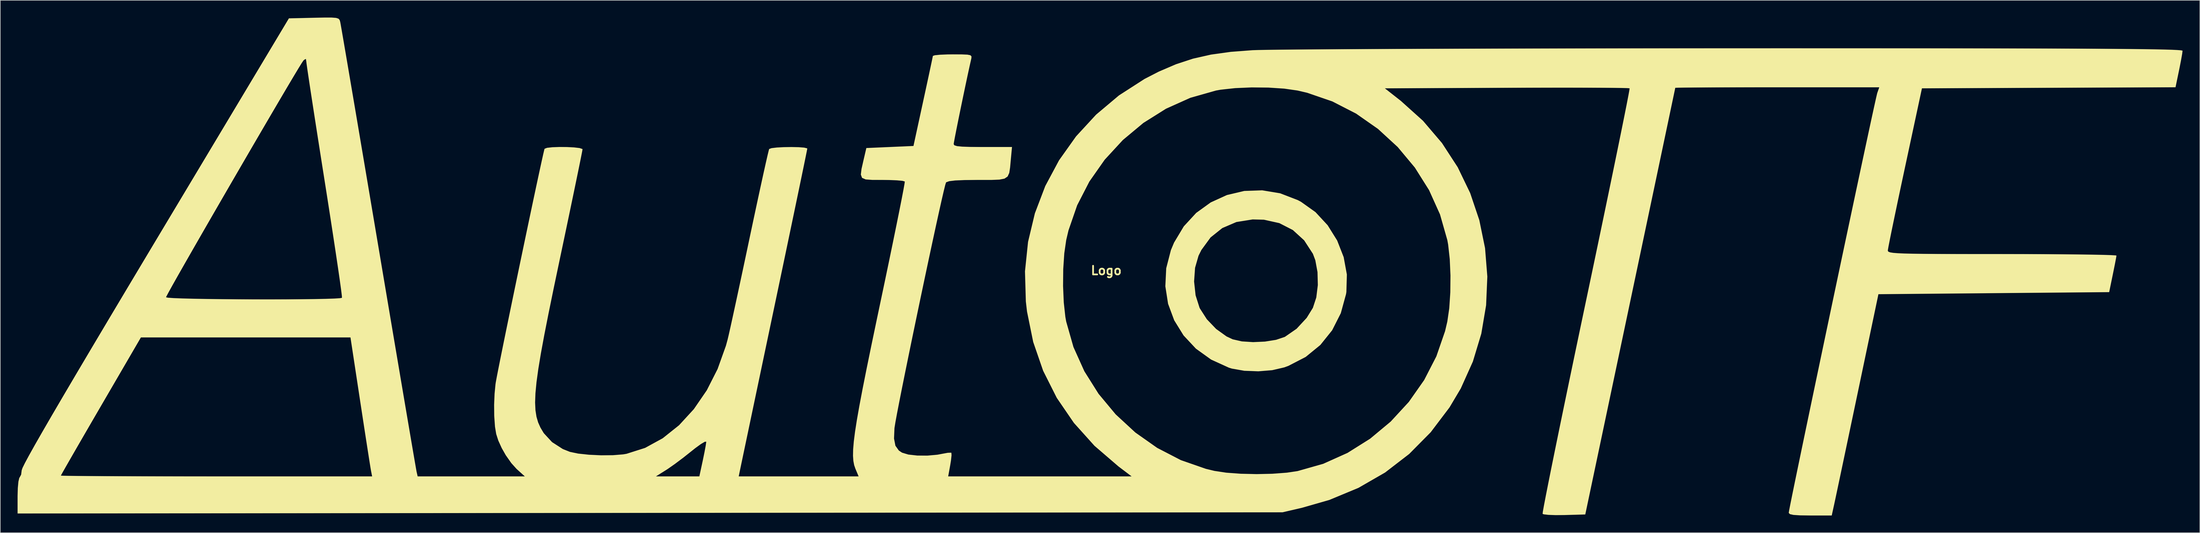
<source format=kicad_pcb>
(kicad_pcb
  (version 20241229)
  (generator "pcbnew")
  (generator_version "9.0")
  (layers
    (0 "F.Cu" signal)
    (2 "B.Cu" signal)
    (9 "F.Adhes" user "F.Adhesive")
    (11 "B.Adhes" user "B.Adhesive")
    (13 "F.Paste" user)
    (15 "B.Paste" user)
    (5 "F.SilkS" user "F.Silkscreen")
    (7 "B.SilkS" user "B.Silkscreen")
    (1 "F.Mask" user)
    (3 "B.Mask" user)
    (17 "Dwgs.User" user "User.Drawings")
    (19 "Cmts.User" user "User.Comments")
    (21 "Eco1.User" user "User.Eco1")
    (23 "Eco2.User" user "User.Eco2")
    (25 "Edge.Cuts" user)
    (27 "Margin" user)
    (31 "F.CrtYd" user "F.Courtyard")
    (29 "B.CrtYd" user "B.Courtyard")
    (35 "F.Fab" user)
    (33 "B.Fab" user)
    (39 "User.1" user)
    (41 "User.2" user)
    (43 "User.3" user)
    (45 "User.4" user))
  (footprint "Logo"
    (layer "F.Cu")
    (at 188.89 43.961)
    (property "Reference" "Logo" (at 0 0 0) (layer "F.SilkS") (effects (font (size 1.5 1.5) (thickness 0.3))))
    (attr board_only exclude_from_pos_files exclude_from_bom)
    (fp_poly (pts (xy 30.17 -13.419) (xy 33.219 -12.243) (xy 33.795 -11.936) (xy 36.305 -10.147) (xy 38.414 -7.868) (xy 40.064 -5.22) (xy 41.195 -2.326) (xy 41.749 0.695) (xy 41.665 3.721) (xy 41.607 4.094) (xy 40.697 7.419) (xy 39.195 10.386) (xy 37.148 12.938) (xy 34.606 15.017) (xy 31.616 16.565) (xy 30.889 16.834) (xy 28.801 17.319) (xy 26.389 17.516) (xy 23.952 17.425) (xy 21.788 17.042) (xy 21.281 16.886) (xy 18.193 15.476) (xy 15.559 13.582) (xy 13.414 11.284) (xy 11.792 8.658) (xy 10.727 5.784) (xy 10.253 2.74) (xy 10.293 1.909) (xy 15.241 1.909) (xy 15.501 4.308) (xy 16.181 6.449) (xy 16.25 6.595) (xy 17.455 8.472) (xy 19.066 10.157) (xy 20.871 11.455) (xy 21.939 11.956) (xy 23.522 12.317) (xy 25.478 12.444) (xy 27.542 12.35) (xy 29.454 12.046) (xy 30.951 11.547) (xy 31.014 11.515) (xy 33.026 10.121) (xy 34.774 8.232) (xy 35.853 6.485) (xy 36.443 4.686) (xy 36.71 2.524) (xy 36.654 0.273) (xy 36.274 -1.792) (xy 35.855 -2.905) (xy 34.336 -5.245) (xy 32.38 -7.031) (xy 30.036 -8.235) (xy 27.35 -8.831) (xy 25.4 -8.878) (xy 22.58 -8.427) (xy 20.137 -7.378) (xy 18.102 -5.751) (xy 16.507 -3.567) (xy 16.011 -2.569) (xy 15.409 -0.475) (xy 15.241 1.909) (xy 10.293 1.909) (xy 10.405 -0.395) (xy 11.217 -3.544) (xy 11.764 -4.853) (xy 13.454 -7.675) (xy 15.607 -10.013) (xy 18.131 -11.837) (xy 20.939 -13.118) (xy 23.941 -13.827) (xy 27.048 -13.937)) (stroke (width 0) (type solid)) (fill yes) (layer "F.SilkS"))
    (fp_poly (pts (xy -134.396 -43.96) (xy -133.63 -43.901) (xy -133.208 -43.764) (xy -133.008 -43.531) (xy -132.911 -43.209) (xy -132.827 -42.752) (xy -132.632 -41.637) (xy -132.335 -39.909) (xy -131.943 -37.615) (xy -131.465 -34.803) (xy -130.907 -31.518) (xy -130.278 -27.807) (xy -129.587 -23.717) (xy -128.84 -19.295) (xy -128.046 -14.587) (xy -127.212 -9.64) (xy -126.347 -4.5) (xy -126.282 -4.114) (xy -125.415 1.038) (xy -124.579 6) (xy -123.782 10.727) (xy -123.031 15.171) (xy -122.336 19.286) (xy -121.703 23.026) (xy -121.14 26.343) (xy -120.656 29.191) (xy -120.258 31.523) (xy -119.954 33.293) (xy -119.752 34.454) (xy -119.661 34.96) (xy -119.659 34.97) (xy -119.474 35.775) (xy -110.178 35.775) (xy -100.882 35.775) (xy -78.129 35.775) (xy -74.363 35.775) (xy -70.598 35.775) (xy -70 32.994) (xy -69.718 31.622) (xy -69.507 30.495) (xy -69.406 29.817) (xy -69.403 29.749) (xy -69.654 29.758) (xy -70.33 30.157) (xy -71.314 30.874) (xy -71.996 31.419) (xy -73.396 32.53) (xy -74.836 33.611) (xy -76.064 34.472) (xy -76.359 34.663) (xy -78.129 35.775) (xy -100.882 35.775) (xy -102.311 34.484) (xy -103.223 33.469) (xy -104.181 32.106) (xy -104.891 30.854) (xy -105.478 29.562) (xy -105.845 28.416) (xy -106.057 27.141) (xy -106.176 25.462) (xy -106.189 25.195) (xy -106.208 23.347) (xy -106.129 21.416) (xy -105.969 19.756) (xy -105.92 19.435) (xy -105.748 18.5) (xy -105.457 17.006) (xy -105.062 15.026) (xy -104.579 12.639) (xy -104.024 9.918) (xy -103.412 6.942) (xy -102.76 3.785) (xy -102.084 0.523) (xy -101.398 -2.767) (xy -100.72 -6.01) (xy -100.065 -9.129) (xy -99.449 -12.049) (xy -98.887 -14.693) (xy -98.395 -16.986) (xy -97.99 -18.852) (xy -97.688 -20.214) (xy -97.503 -20.997) (xy -97.455 -21.157) (xy -97.026 -21.321) (xy -96.108 -21.424) (xy -94.892 -21.469) (xy -93.571 -21.458) (xy -92.337 -21.395) (xy -91.38 -21.281) (xy -90.894 -21.12) (xy -90.868 -21.068) (xy -90.94 -20.652) (xy -91.146 -19.602) (xy -91.474 -17.983) (xy -91.91 -15.861) (xy -92.439 -13.302) (xy -93.049 -10.371) (xy -93.726 -7.135) (xy -94.456 -3.658) (xy -94.84 -1.839) (xy -95.88 3.128) (xy -96.765 7.453) (xy -97.5 11.188) (xy -98.09 14.389) (xy -98.54 17.111) (xy -98.854 19.406) (xy -99.038 21.33) (xy -99.097 22.938) (xy -99.035 24.282) (xy -98.857 25.418) (xy -98.569 26.4) (xy -98.175 27.283) (xy -97.679 28.12) (xy -97.568 28.289) (xy -96.154 29.823) (xy -94.288 31.026) (xy -93.056 31.516) (xy -91.63 31.814) (xy -89.744 32.015) (xy -87.651 32.112) (xy -85.602 32.094) (xy -83.848 31.954) (xy -83.24 31.853) (xy -80.014 30.826) (xy -76.957 29.151) (xy -74.119 26.885) (xy -71.553 24.087) (xy -69.308 20.813) (xy -67.436 17.121) (xy -65.987 13.07) (xy -65.692 11.985) (xy -65.502 11.18) (xy -65.183 9.76) (xy -64.756 7.809) (xy -64.236 5.412) (xy -63.644 2.654) (xy -62.997 -0.38) (xy -62.313 -3.606) (xy -61.921 -5.467) (xy -61.241 -8.681) (xy -60.6 -11.681) (xy -60.015 -14.394) (xy -59.501 -16.748) (xy -59.074 -18.668) (xy -58.75 -20.083) (xy -58.546 -20.919) (xy -58.485 -21.118) (xy -58.07 -21.267) (xy -57.161 -21.375) (xy -55.95 -21.44) (xy -54.628 -21.46) (xy -53.386 -21.434) (xy -52.415 -21.358) (xy -51.907 -21.233) (xy -51.873 -21.183) (xy -51.945 -20.797) (xy -52.153 -19.764) (xy -52.486 -18.139) (xy -52.933 -15.974) (xy -53.483 -13.325) (xy -54.124 -10.244) (xy -54.846 -6.786) (xy -55.636 -3.003) (xy -56.485 1.049) (xy -57.381 5.318) (xy -57.619 6.453) (xy -58.53 10.79) (xy -59.402 14.94) (xy -60.222 18.848) (xy -60.98 22.457) (xy -61.663 25.713) (xy -62.26 28.559) (xy -62.76 30.94) (xy -63.15 32.8) (xy -63.419 34.084) (xy -63.555 34.736) (xy -63.567 34.791) (xy -63.768 35.775) (xy -53.367 35.775) (xy -42.966 35.775) (xy -43.529 34.433) (xy -43.738 33.821) (xy -43.877 33.094) (xy -43.939 32.203) (xy -43.917 31.096) (xy -43.803 29.723) (xy -43.589 28.033) (xy -43.268 25.975) (xy -42.832 23.499) (xy -42.274 20.555) (xy -41.586 17.09) (xy -40.76 13.055) (xy -39.789 8.399) (xy -39.226 5.724) (xy -38.435 1.959) (xy -37.694 -1.597) (xy -37.016 -4.882) (xy -36.413 -7.836) (xy -35.897 -10.397) (xy -35.481 -12.503) (xy -35.177 -14.092) (xy -34.998 -15.103) (xy -34.956 -15.473) (xy -35.352 -15.583) (xy -36.307 -15.672) (xy -37.666 -15.727) (xy -38.837 -15.741) (xy -40.599 -15.745) (xy -41.744 -15.83) (xy -42.372 -16.103) (xy -42.579 -16.674) (xy -42.464 -17.649) (xy -42.125 -19.139) (xy -42.083 -19.318) (xy -41.625 -21.286) (xy -37.537 -21.465) (xy -33.449 -21.644) (xy -31.781 -29.335) (xy -31.293 -31.589) (xy -30.858 -33.607) (xy -30.5 -35.284) (xy -30.239 -36.515) (xy -30.099 -37.197) (xy -30.081 -37.295) (xy -29.736 -37.41) (xy -28.832 -37.501) (xy -27.527 -37.554) (xy -26.645 -37.563) (xy -25.071 -37.557) (xy -24.086 -37.515) (xy -23.564 -37.408) (xy -23.378 -37.203) (xy -23.403 -36.869) (xy -23.429 -36.758) (xy -23.687 -35.613) (xy -24.026 -34.054) (xy -24.418 -32.207) (xy -24.838 -30.202) (xy -25.259 -28.164) (xy -25.656 -26.221) (xy -26.001 -24.501) (xy -26.269 -23.131) (xy -26.433 -22.239) (xy -26.473 -21.96) (xy -26.342 -21.758) (xy -25.886 -21.617) (xy -25.009 -21.528) (xy -23.616 -21.48) (xy -21.61 -21.465) (xy -21.413 -21.465) (xy -16.353 -21.465) (xy -16.562 -19.224) (xy -16.683 -17.897) (xy -16.83 -16.957) (xy -17.114 -16.338) (xy -17.646 -15.974) (xy -18.537 -15.797) (xy -19.897 -15.741) (xy -21.837 -15.74) (xy -22.354 -15.741) (xy -24.609 -15.719) (xy -26.216 -15.649) (xy -27.242 -15.525) (xy -27.751 -15.343) (xy -27.801 -15.294) (xy -27.935 -14.87) (xy -28.194 -13.82) (xy -28.564 -12.218) (xy -29.029 -10.138) (xy -29.573 -7.656) (xy -30.18 -4.846) (xy -30.836 -1.782) (xy -31.523 1.46) (xy -32.227 4.807) (xy -32.932 8.183) (xy -33.623 11.514) (xy -34.283 14.725) (xy -34.897 17.741) (xy -35.45 20.488) (xy -35.925 22.892) (xy -36.308 24.876) (xy -36.582 26.368) (xy -36.732 27.292) (xy -36.748 27.425) (xy -36.822 29.202) (xy -36.581 30.446) (xy -35.984 31.286) (xy -35.429 31.654) (xy -34.34 31.982) (xy -32.792 32.155) (xy -31.028 32.166) (xy -29.29 32.008) (xy -28.451 31.851) (xy -27.526 31.68) (xy -26.943 31.653) (xy -26.871 31.68) (xy -26.842 32.091) (xy -26.935 32.982) (xy -27.068 33.807) (xy -27.425 35.775) (xy -11.512 35.775) (xy 4.4 35.775) (xy 2.11 34.039) (xy -2.042 30.463) (xy -5.615 26.48) (xy -8.59 22.124) (xy -10.949 17.426) (xy -12.674 12.42) (xy -13.747 7.136) (xy -13.951 5.374) (xy -14.028 2.687) (xy -7.493 2.687) (xy -7.371 5.535) (xy -7.097 8.046) (xy -6.95 8.869) (xy -5.69 13.3) (xy -3.797 17.508) (xy -1.333 21.429) (xy 1.636 24.998) (xy 5.048 28.151) (xy 8.837 30.823) (xy 12.94 32.95) (xy 17.292 34.467) (xy 18.782 34.825) (xy 20.828 35.133) (xy 23.343 35.318) (xy 26.09 35.38) (xy 28.833 35.318) (xy 31.336 35.131) (xy 33.196 34.855) (xy 37.645 33.591) (xy 41.863 31.695) (xy 45.785 29.228) (xy 49.35 26.255) (xy 52.496 22.837) (xy 55.159 19.037) (xy 57.276 14.917) (xy 58.786 10.54) (xy 59.178 8.869) (xy 59.514 6.555) (xy 59.695 3.802) (xy 59.724 0.869) (xy 59.6 -1.981) (xy 59.322 -4.491) (xy 59.178 -5.292) (xy 57.909 -9.747) (xy 56.009 -13.969) (xy 53.54 -17.895) (xy 50.566 -21.462) (xy 47.149 -24.607) (xy 43.351 -27.268) (xy 39.236 -29.382) (xy 34.865 -30.887) (xy 33.196 -31.277) (xy 30.889 -31.609) (xy 28.143 -31.79) (xy 25.216 -31.819) (xy 22.369 -31.697) (xy 19.861 -31.424) (xy 19.035 -31.277) (xy 14.586 -30.013) (xy 10.368 -28.117) (xy 6.446 -25.651) (xy 2.881 -22.677) (xy -0.265 -19.259) (xy -2.928 -15.459) (xy -5.045 -11.339) (xy -6.555 -6.963) (xy -6.947 -5.292) (xy -7.281 -2.986) (xy -7.463 -0.24) (xy -7.493 2.687) (xy -14.028 2.687) (xy -14.101 0.147) (xy -13.569 -4.974) (xy -12.385 -9.935) (xy -10.582 -14.68) (xy -8.19 -19.156) (xy -5.241 -23.309) (xy -1.766 -27.085) (xy 2.203 -30.429) (xy 6.637 -33.288) (xy 9.119 -34.566) (xy 12.102 -35.847) (xy 15.056 -36.818) (xy 18.167 -37.522) (xy 21.618 -38.002) (xy 25.4 -38.289) (xy 26.325 -38.319) (xy 27.93 -38.349) (xy 30.179 -38.378) (xy 33.036 -38.405) (xy 36.464 -38.432) (xy 40.429 -38.458) (xy 44.894 -38.482) (xy 49.824 -38.505) (xy 55.182 -38.526) (xy 60.933 -38.545) (xy 67.04 -38.563) (xy 73.469 -38.578) (xy 80.182 -38.591) (xy 87.145 -38.602) (xy 94.321 -38.611) (xy 101.675 -38.617) (xy 109.023 -38.62) (xy 118.114 -38.621) (xy 126.513 -38.62) (xy 134.244 -38.618) (xy 141.332 -38.614) (xy 147.8 -38.608) (xy 153.673 -38.599) (xy 158.973 -38.588) (xy 163.726 -38.575) (xy 167.954 -38.559) (xy 171.683 -38.54) (xy 174.935 -38.518) (xy 177.735 -38.494) (xy 180.108 -38.466) (xy 182.075 -38.435) (xy 183.663 -38.4) (xy 184.894 -38.362) (xy 185.792 -38.32) (xy 186.382 -38.275) (xy 186.688 -38.225) (xy 186.745 -38.189) (xy 186.677 -37.65) (xy 186.493 -36.606) (xy 186.23 -35.254) (xy 186.136 -34.794) (xy 185.525 -31.845) (xy 163.526 -31.753) (xy 141.528 -31.661) (xy 138.578 -17.887) (xy 137.926 -14.831) (xy 137.322 -11.978) (xy 136.785 -9.409) (xy 136.328 -7.202) (xy 135.97 -5.436) (xy 135.726 -4.192) (xy 135.613 -3.547) (xy 135.606 -3.488) (xy 135.635 -3.353) (xy 135.768 -3.239) (xy 136.059 -3.144) (xy 136.565 -3.067) (xy 137.339 -3.005) (xy 138.437 -2.957) (xy 139.915 -2.921) (xy 141.826 -2.895) (xy 144.226 -2.878) (xy 147.171 -2.868) (xy 150.714 -2.863) (xy 154.912 -2.862) (xy 155.441 -2.862) (xy 159.135 -2.857) (xy 162.605 -2.844) (xy 165.787 -2.822) (xy 168.617 -2.794) (xy 171.031 -2.759) (xy 172.963 -2.719) (xy 174.351 -2.675) (xy 175.13 -2.627) (xy 175.279 -2.594) (xy 175.204 -2.143) (xy 175.018 -1.169) (xy 174.754 0.147) (xy 174.638 0.715) (xy 174.013 3.756) (xy 153.995 3.935) (xy 133.976 4.114) (xy 130.339 21.465) (xy 129.607 24.954) (xy 128.907 28.285) (xy 128.256 31.382) (xy 127.67 34.167) (xy 127.165 36.564) (xy 126.757 38.496) (xy 126.462 39.887) (xy 126.296 40.661) (xy 126.288 40.694) (xy 125.875 42.572) (xy 122.145 42.572) (xy 120.38 42.549) (xy 119.233 42.473) (xy 118.61 42.332) (xy 118.414 42.114) (xy 118.414 42.103) (xy 118.487 41.674) (xy 118.696 40.603) (xy 119.03 38.945) (xy 119.477 36.757) (xy 120.026 34.097) (xy 120.663 31.022) (xy 121.378 27.587) (xy 122.157 23.85) (xy 122.99 19.868) (xy 123.864 15.697) (xy 124.767 11.395) (xy 125.687 7.018) (xy 126.613 2.623) (xy 127.532 -1.734) (xy 128.433 -5.995) (xy 129.303 -10.103) (xy 130.13 -14.003) (xy 130.903 -17.636) (xy 131.61 -20.946) (xy 132.238 -23.877) (xy 132.775 -26.372) (xy 133.211 -28.373) (xy 133.532 -29.824) (xy 133.727 -30.668) (xy 133.776 -30.856) (xy 134.118 -31.839) (xy 116.428 -31.839) (xy 112.946 -31.838) (xy 109.691 -31.833) (xy 106.73 -31.825) (xy 104.133 -31.814) (xy 101.967 -31.801) (xy 100.301 -31.787) (xy 99.202 -31.77) (xy 98.739 -31.753) (xy 98.728 -31.75) (xy 98.655 -31.395) (xy 98.443 -30.386) (xy 98.103 -28.768) (xy 97.645 -26.587) (xy 97.077 -23.889) (xy 96.41 -20.72) (xy 95.654 -17.124) (xy 94.817 -13.149) (xy 93.909 -8.839) (xy 92.94 -4.24) (xy 91.92 0.601) (xy 90.916 5.366) (xy 83.114 42.393) (xy 79.507 42.495) (xy 77.973 42.508) (xy 76.723 42.464) (xy 75.917 42.371) (xy 75.707 42.285) (xy 75.753 41.899) (xy 75.938 40.86) (xy 76.253 39.214) (xy 76.688 37.006) (xy 77.233 34.283) (xy 77.88 31.092) (xy 78.619 27.479) (xy 79.441 23.489) (xy 80.336 19.169) (xy 81.294 14.566) (xy 82.307 9.725) (xy 83.249 5.244) (xy 84.302 0.233) (xy 85.309 -4.579) (xy 86.261 -9.147) (xy 87.149 -13.424) (xy 87.963 -17.365) (xy 88.693 -20.923) (xy 89.331 -24.053) (xy 89.867 -26.709) (xy 90.291 -28.844) (xy 90.594 -30.412) (xy 90.767 -31.368) (xy 90.803 -31.666) (xy 90.422 -31.697) (xy 89.39 -31.723) (xy 87.767 -31.744) (xy 85.618 -31.76) (xy 83.006 -31.77) (xy 79.993 -31.775) (xy 76.643 -31.773) (xy 73.019 -31.766) (xy 69.481 -31.753) (xy 48.34 -31.661) (xy 51.119 -29.476) (xy 54.958 -26.02) (xy 58.249 -22.156) (xy 60.981 -17.949) (xy 63.145 -13.46) (xy 64.729 -8.755) (xy 65.724 -3.895) (xy 66.12 1.055) (xy 65.907 6.033) (xy 65.075 10.974) (xy 63.614 15.816) (xy 61.514 20.496) (xy 59.559 23.79) (xy 56.296 28.104) (xy 52.565 31.878) (xy 48.382 35.103) (xy 43.759 37.77) (xy 38.71 39.869) (xy 33.986 41.226) (xy 30.587 42.018) (xy -79.151 42.121) (xy -188.89 42.224) (xy -188.89 39.199) (xy -188.85 37.795) (xy -188.745 36.679) (xy -188.593 36.035) (xy -188.532 35.954) (xy -188.365 35.641) (xy -181.377 35.641) (xy -181.029 35.662) (xy -180.02 35.683) (xy -178.406 35.702) (xy -176.242 35.719) (xy -173.582 35.735) (xy -170.483 35.748) (xy -167 35.759) (xy -163.186 35.767) (xy -159.098 35.773) (xy -154.791 35.775) (xy -154.377 35.775) (xy -127.376 35.775) (xy -127.568 34.791) (xy -127.668 34.201) (xy -127.861 32.998) (xy -128.13 31.278) (xy -128.463 29.135) (xy -128.843 26.664) (xy -129.256 23.96) (xy -129.446 22.717) (xy -131.131 11.627) (xy -149.311 11.627) (xy -167.491 11.627) (xy -174.434 23.567) (xy -175.976 26.222) (xy -177.399 28.678) (xy -178.664 30.869) (xy -179.732 32.726) (xy -180.565 34.182) (xy -181.124 35.169) (xy -181.369 35.62) (xy -181.377 35.641) (xy -188.365 35.641) (xy -188.272 35.469) (xy -188.175 34.705) (xy -188.037 34.307) (xy -187.618 33.455) (xy -186.909 32.135) (xy -185.904 30.333) (xy -184.592 28.036) (xy -182.968 25.229) (xy -181.021 21.899) (xy -178.745 18.032) (xy -176.131 13.614) (xy -173.172 8.631) (xy -170.8 4.651) (xy -163.132 4.651) (xy -162.79 4.726) (xy -161.821 4.793) (xy -160.315 4.852) (xy -158.363 4.903) (xy -156.052 4.944) (xy -153.474 4.976) (xy -150.716 4.999) (xy -147.869 5.012) (xy -145.022 5.015) (xy -142.265 5.008) (xy -139.686 4.99) (xy -137.376 4.962) (xy -135.423 4.922) (xy -133.917 4.871) (xy -132.948 4.809) (xy -132.607 4.74) (xy -132.632 4.347) (xy -132.76 3.311) (xy -132.983 1.697) (xy -133.291 -0.433) (xy -133.674 -3.012) (xy -134.123 -5.979) (xy -134.628 -9.269) (xy -135.18 -12.818) (xy -135.612 -15.562) (xy -136.197 -19.277) (xy -136.748 -22.794) (xy -137.254 -26.045) (xy -137.705 -28.966) (xy -138.092 -31.49) (xy -138.403 -33.552) (xy -138.63 -35.086) (xy -138.761 -36.027) (xy -138.791 -36.298) (xy -138.867 -36.776) (xy -139.171 -36.613) (xy -139.304 -36.477) (xy -139.576 -36.073) (xy -140.164 -35.118) (xy -141.03 -33.675) (xy -142.138 -31.808) (xy -143.451 -29.578) (xy -144.934 -27.049) (xy -146.55 -24.283) (xy -148.263 -21.344) (xy -150.035 -18.293) (xy -151.832 -15.194) (xy -153.616 -12.11) (xy -155.351 -9.104) (xy -157.001 -6.237) (xy -158.528 -3.574) (xy -159.898 -1.176) (xy -161.074 0.893) (xy -162.018 2.571) (xy -162.695 3.794) (xy -163.069 4.501) (xy -163.132 4.651) (xy -170.8 4.651) (xy -169.858 3.069) (xy -166.182 -3.086) (xy -164.994 -5.073) (xy -141.813 -43.824) (xy -137.457 -43.924) (xy -135.631 -43.961)) (stroke (width 0) (type solid)) (fill yes) (layer "F.SilkS")))
  (gr_rect
    (start -3 -3)
    (end 378.635 89.533)
    (stroke (width 0.1) (type default))
    (fill no)
    (layer "Edge.Cuts")))
</source>
